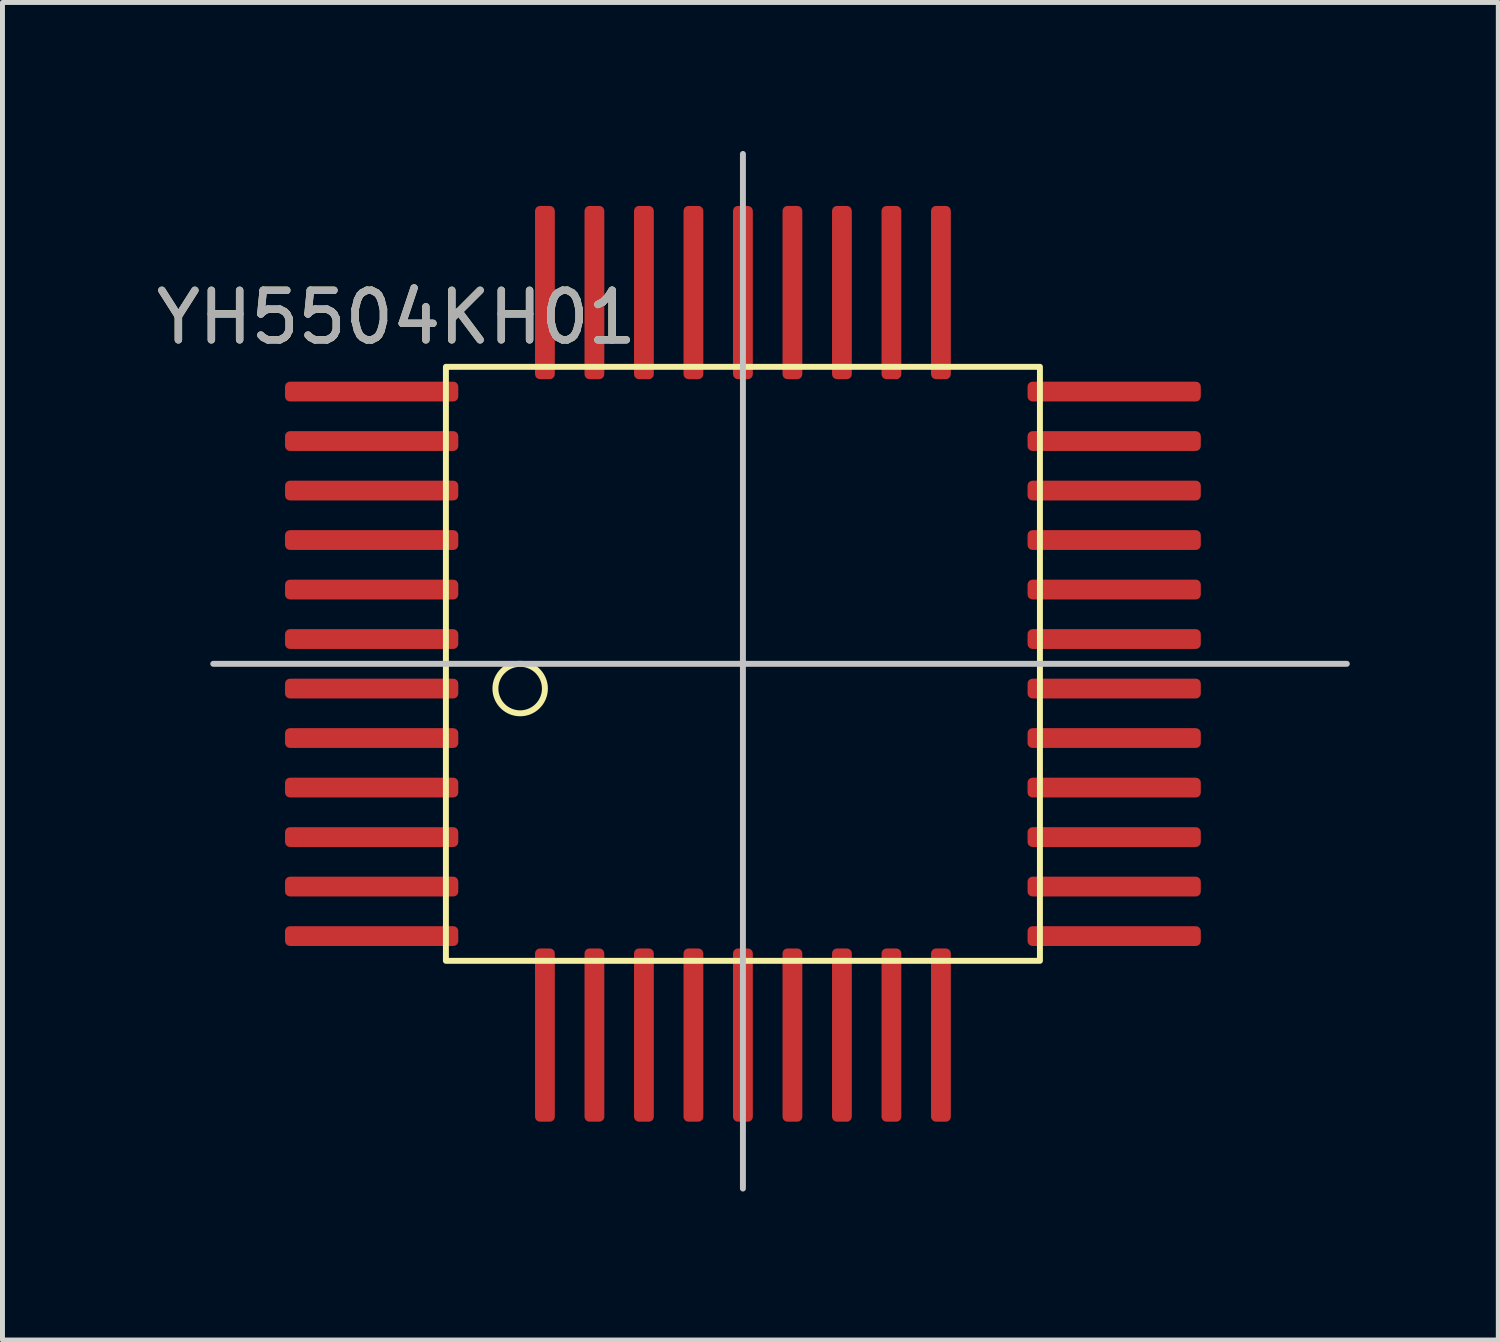
<source format=kicad_pcb>
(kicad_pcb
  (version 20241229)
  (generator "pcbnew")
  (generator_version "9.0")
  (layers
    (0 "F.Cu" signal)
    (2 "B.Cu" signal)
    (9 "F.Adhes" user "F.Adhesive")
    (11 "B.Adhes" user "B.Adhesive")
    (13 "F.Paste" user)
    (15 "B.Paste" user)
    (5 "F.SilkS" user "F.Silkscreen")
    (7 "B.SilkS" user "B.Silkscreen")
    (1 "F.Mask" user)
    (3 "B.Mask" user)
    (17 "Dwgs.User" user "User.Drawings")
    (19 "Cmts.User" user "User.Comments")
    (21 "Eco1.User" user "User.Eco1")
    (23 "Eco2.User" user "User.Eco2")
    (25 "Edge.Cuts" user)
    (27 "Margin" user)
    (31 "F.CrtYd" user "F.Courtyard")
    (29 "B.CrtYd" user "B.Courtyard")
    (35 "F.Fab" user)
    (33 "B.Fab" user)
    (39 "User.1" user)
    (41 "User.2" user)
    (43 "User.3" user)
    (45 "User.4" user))
  (footprint "YH5504KH01"
    (layer "F.Cu")
    (at 5.958 4.36)
    (property "Reference" "YH5504KH01" (at -1 -1 0) (unlocked yes) (layer "F.SilkS") (effects (font (size 1 1) (thickness 0.15))))
    (attr smd)
    (fp_rect (start 12 12) (end 0 0) (stroke (width 0.12) (type solid)) (fill no) (layer "F.SilkS"))
    (fp_circle (center 1.5 6.5) (end 2 6.5) (stroke (width 0.12) (type solid)) (fill no) (layer "F.SilkS"))
    (fp_line (start -4.7 6) (end 18.2 6) (stroke (width 0.12) (type solid)) (layer "Dwgs.User"))
    (fp_line (start 6 -4.3) (end 6 16.6) (stroke (width 0.12) (type solid)) (layer "Dwgs.User"))
    (fp_text user "${REFERENCE}" (at -1 -1 0) (unlocked yes) (layer "F.Fab") (effects (font (size 1 1) (thickness 0.15))))
    (pad "1" smd roundrect (at -1.5 6.5) (size 3.5 0.4) (layers "F.Cu" "F.Mask" "F.Paste") (roundrect_rratio 0.25))
    (pad "2" smd roundrect (at -1.5 7.5) (size 3.5 0.4) (layers "F.Cu" "F.Mask" "F.Paste") (roundrect_rratio 0.25))
    (pad "3" smd roundrect (at -1.5 8.5) (size 3.5 0.4) (layers "F.Cu" "F.Mask" "F.Paste") (roundrect_rratio 0.25))
    (pad "4" smd roundrect (at -1.5 9.5) (size 3.5 0.4) (layers "F.Cu" "F.Mask" "F.Paste") (roundrect_rratio 0.25))
    (pad "5" smd roundrect (at -1.5 10.5) (size 3.5 0.4) (layers "F.Cu" "F.Mask" "F.Paste") (roundrect_rratio 0.25))
    (pad "6" smd roundrect (at -1.5 11.5) (size 3.5 0.4) (layers "F.Cu" "F.Mask" "F.Paste") (roundrect_rratio 0.25))
    (pad "7" smd roundrect (at 2 13.5 90) (size 3.5 0.4) (layers "F.Cu" "F.Mask" "F.Paste") (roundrect_rratio 0.25))
    (pad "8" smd roundrect (at 3 13.5 90) (size 3.5 0.4) (layers "F.Cu" "F.Mask" "F.Paste") (roundrect_rratio 0.25))
    (pad "9" smd roundrect (at 4 13.5 90) (size 3.5 0.4) (layers "F.Cu" "F.Mask" "F.Paste") (roundrect_rratio 0.25))
    (pad "10" smd roundrect (at 5 13.5 90) (size 3.5 0.4) (layers "F.Cu" "F.Mask" "F.Paste") (roundrect_rratio 0.25))
    (pad "11" smd roundrect (at 6 13.5 90) (size 3.5 0.4) (layers "F.Cu" "F.Mask" "F.Paste") (roundrect_rratio 0.25))
    (pad "12" smd roundrect (at 7 13.5 90) (size 3.5 0.4) (layers "F.Cu" "F.Mask" "F.Paste") (roundrect_rratio 0.25))
    (pad "13" smd roundrect (at 8 13.5 90) (size 3.5 0.4) (layers "F.Cu" "F.Mask" "F.Paste") (roundrect_rratio 0.25))
    (pad "14" smd roundrect (at 9 13.5 90) (size 3.5 0.4) (layers "F.Cu" "F.Mask" "F.Paste") (roundrect_rratio 0.25))
    (pad "15" smd roundrect (at 10 13.5 90) (size 3.5 0.4) (layers "F.Cu" "F.Mask" "F.Paste") (roundrect_rratio 0.25))
    (pad "16" smd roundrect (at 13.5 11.5 180) (size 3.5 0.4) (layers "F.Cu" "F.Mask" "F.Paste") (roundrect_rratio 0.25))
    (pad "17" smd roundrect (at 13.5 10.5 180) (size 3.5 0.4) (layers "F.Cu" "F.Mask" "F.Paste") (roundrect_rratio 0.25))
    (pad "18" smd roundrect (at 13.5 9.5 180) (size 3.5 0.4) (layers "F.Cu" "F.Mask" "F.Paste") (roundrect_rratio 0.25))
    (pad "19" smd roundrect (at 13.5 8.5 180) (size 3.5 0.4) (layers "F.Cu" "F.Mask" "F.Paste") (roundrect_rratio 0.25))
    (pad "20" smd roundrect (at 13.5 7.5 180) (size 3.5 0.4) (layers "F.Cu" "F.Mask" "F.Paste") (roundrect_rratio 0.25))
    (pad "21" smd roundrect (at 13.5 6.5 180) (size 3.5 0.4) (layers "F.Cu" "F.Mask" "F.Paste") (roundrect_rratio 0.25))
    (pad "22" smd roundrect (at 13.5 5.5 180) (size 3.5 0.4) (layers "F.Cu" "F.Mask" "F.Paste") (roundrect_rratio 0.25))
    (pad "23" smd roundrect (at 13.5 4.5 180) (size 3.5 0.4) (layers "F.Cu" "F.Mask" "F.Paste") (roundrect_rratio 0.25))
    (pad "24" smd roundrect (at 13.5 3.5 180) (size 3.5 0.4) (layers "F.Cu" "F.Mask" "F.Paste") (roundrect_rratio 0.25))
    (pad "25" smd roundrect (at 13.5 2.5 180) (size 3.5 0.4) (layers "F.Cu" "F.Mask" "F.Paste") (roundrect_rratio 0.25))
    (pad "26" smd roundrect (at 13.5 1.5 180) (size 3.5 0.4) (layers "F.Cu" "F.Mask" "F.Paste") (roundrect_rratio 0.25))
    (pad "27" smd roundrect (at 13.5 0.5 180) (size 3.5 0.4) (layers "F.Cu" "F.Mask" "F.Paste") (roundrect_rratio 0.25))
    (pad "28" smd roundrect (at 10 -1.5 270) (size 3.5 0.4) (layers "F.Cu" "F.Mask" "F.Paste") (roundrect_rratio 0.25))
    (pad "29" smd roundrect (at 9 -1.5 270) (size 3.5 0.4) (layers "F.Cu" "F.Mask" "F.Paste") (roundrect_rratio 0.25))
    (pad "30" smd roundrect (at 8 -1.5 270) (size 3.5 0.4) (layers "F.Cu" "F.Mask" "F.Paste") (roundrect_rratio 0.25))
    (pad "31" smd roundrect (at 7 -1.5 270) (size 3.5 0.4) (layers "F.Cu" "F.Mask" "F.Paste") (roundrect_rratio 0.25))
    (pad "32" smd roundrect (at 6 -1.5 270) (size 3.5 0.4) (layers "F.Cu" "F.Mask" "F.Paste") (roundrect_rratio 0.25))
    (pad "33" smd roundrect (at 5 -1.5 270) (size 3.5 0.4) (layers "F.Cu" "F.Mask" "F.Paste") (roundrect_rratio 0.25))
    (pad "34" smd roundrect (at 4 -1.5 270) (size 3.5 0.4) (layers "F.Cu" "F.Mask" "F.Paste") (roundrect_rratio 0.25))
    (pad "35" smd roundrect (at 3 -1.5 270) (size 3.5 0.4) (layers "F.Cu" "F.Mask" "F.Paste") (roundrect_rratio 0.25))
    (pad "36" smd roundrect (at 2 -1.5 270) (size 3.5 0.4) (layers "F.Cu" "F.Mask" "F.Paste") (roundrect_rratio 0.25))
    (pad "37" smd roundrect (at -1.5 0.5) (size 3.5 0.4) (layers "F.Cu" "F.Mask" "F.Paste") (roundrect_rratio 0.25))
    (pad "38" smd roundrect (at -1.5 1.5) (size 3.5 0.4) (layers "F.Cu" "F.Mask" "F.Paste") (roundrect_rratio 0.25))
    (pad "39" smd roundrect (at -1.5 2.5) (size 3.5 0.4) (layers "F.Cu" "F.Mask" "F.Paste") (roundrect_rratio 0.25))
    (pad "40" smd roundrect (at -1.5 3.5) (size 3.5 0.4) (layers "F.Cu" "F.Mask" "F.Paste") (roundrect_rratio 0.25))
    (pad "41" smd roundrect (at -1.5 4.5) (size 3.5 0.4) (layers "F.Cu" "F.Mask" "F.Paste") (roundrect_rratio 0.25))
    (pad "42" smd roundrect (at -1.5 5.5) (size 3.5 0.4) (layers "F.Cu" "F.Mask" "F.Paste") (roundrect_rratio 0.25)))
  (gr_rect
    (start -3 -3)
    (end 27.218 24.02)
    (stroke (width 0.1) (type default))
    (fill no)
    (layer "Edge.Cuts")))
</source>
